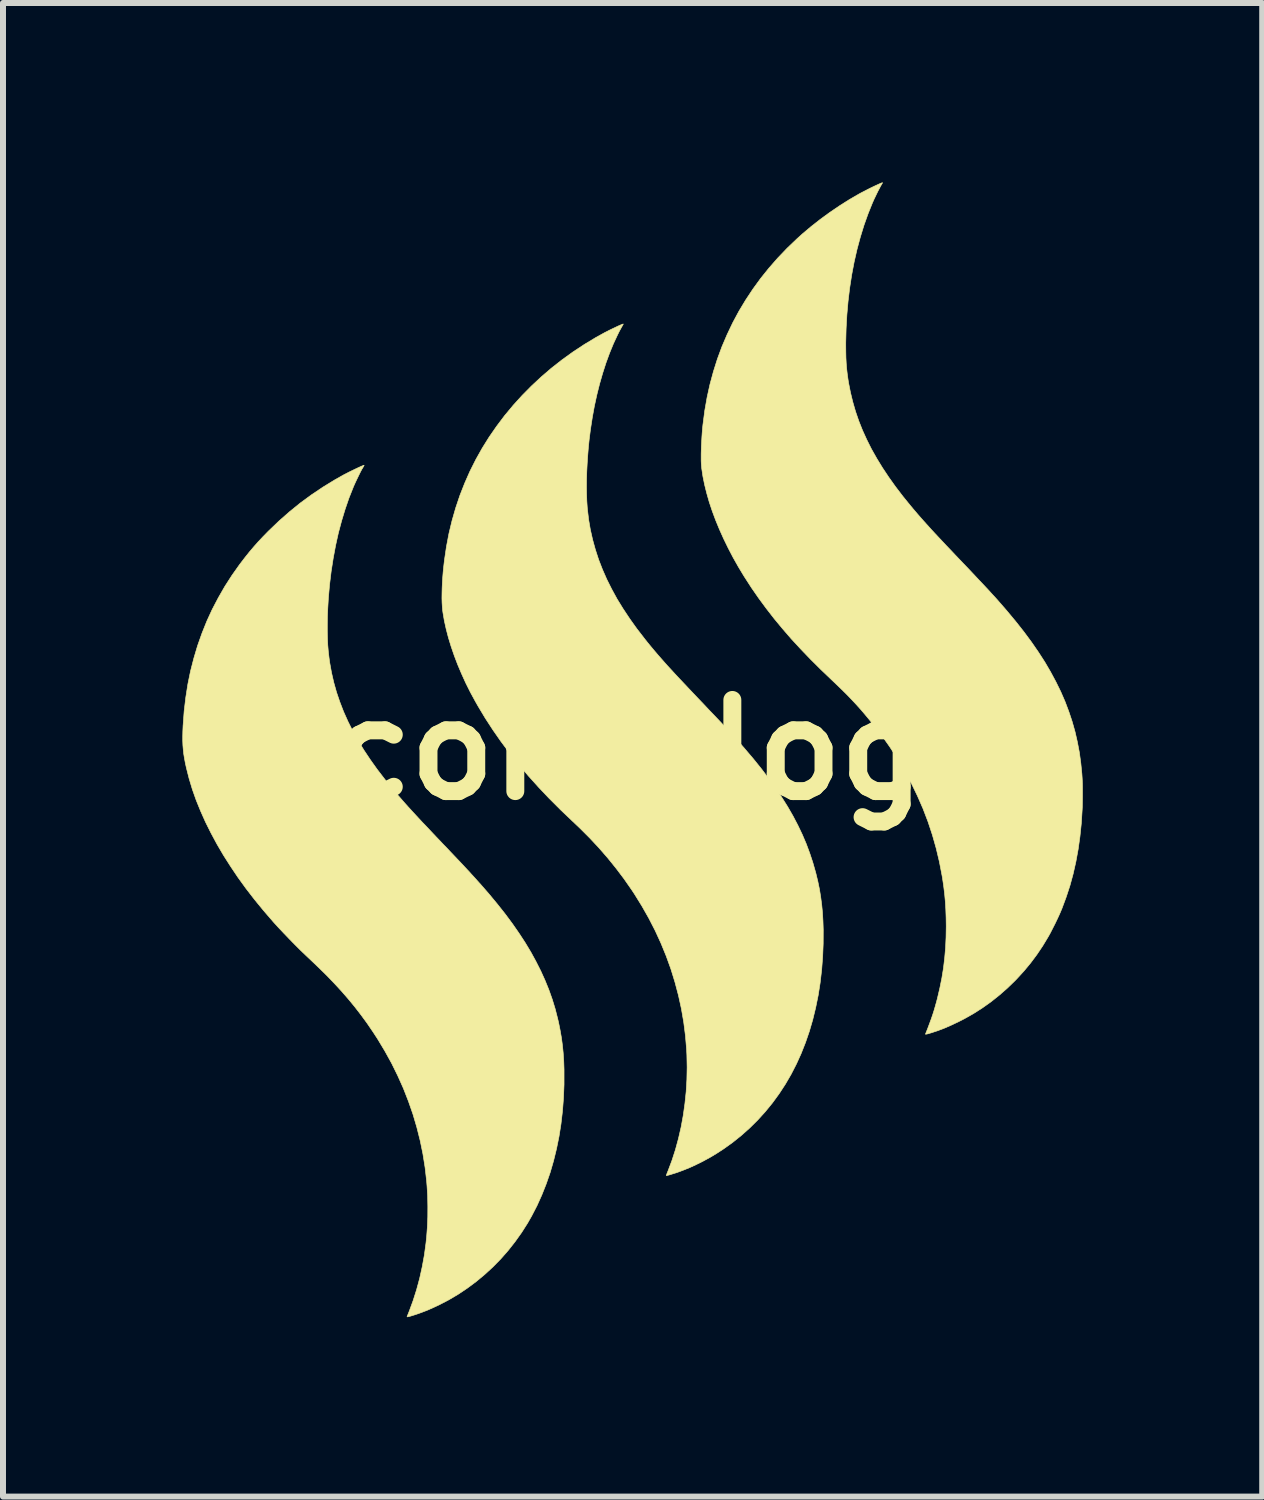
<source format=kicad_pcb>
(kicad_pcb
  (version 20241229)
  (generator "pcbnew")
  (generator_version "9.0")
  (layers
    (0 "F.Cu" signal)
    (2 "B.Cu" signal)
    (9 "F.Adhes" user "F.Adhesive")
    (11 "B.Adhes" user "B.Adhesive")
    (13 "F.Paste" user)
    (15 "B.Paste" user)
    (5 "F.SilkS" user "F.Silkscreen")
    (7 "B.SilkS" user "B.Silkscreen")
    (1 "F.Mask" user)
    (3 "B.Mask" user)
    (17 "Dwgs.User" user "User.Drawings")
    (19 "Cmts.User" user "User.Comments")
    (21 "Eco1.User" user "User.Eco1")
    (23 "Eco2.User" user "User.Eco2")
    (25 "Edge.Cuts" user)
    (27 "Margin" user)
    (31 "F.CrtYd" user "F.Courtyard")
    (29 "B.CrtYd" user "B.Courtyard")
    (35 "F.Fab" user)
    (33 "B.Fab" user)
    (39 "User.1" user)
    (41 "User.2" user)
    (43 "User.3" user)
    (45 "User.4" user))
  (footprint "scorchlogo"
    (layer "F.Cu")
    (at 7.525 9.487)
    (property "Reference" "scorchlogo" (at 0 0 0) (layer "F.SilkS") (effects (font (size 1.524 1.524) (thickness 0.3))))
    (attr through_hole)
    (fp_poly (pts (xy -0.156 -7.115) (xy -0.162 -7.104) (xy -0.171 -7.087) (xy -0.181 -7.071) (xy -0.192 -7.05) (xy -0.207 -7.023) (xy -0.224 -6.992) (xy -0.24 -6.959) (xy -0.251 -6.937) (xy -0.32 -6.789) (xy -0.384 -6.633) (xy -0.444 -6.469) (xy -0.499 -6.298) (xy -0.55 -6.121) (xy -0.596 -5.938) (xy -0.637 -5.75) (xy -0.672 -5.559) (xy -0.702 -5.364) (xy -0.724 -5.194) (xy -0.738 -5.057) (xy -0.749 -4.92) (xy -0.758 -4.784) (xy -0.765 -4.65) (xy -0.769 -4.519) (xy -0.77 -4.393) (xy -0.768 -4.273) (xy -0.764 -4.16) (xy -0.757 -4.055) (xy -0.754 -4.024) (xy -0.734 -3.852) (xy -0.705 -3.682) (xy -0.667 -3.514) (xy -0.621 -3.348) (xy -0.567 -3.182) (xy -0.503 -3.017) (xy -0.431 -2.853) (xy -0.349 -2.689) (xy -0.259 -2.524) (xy -0.158 -2.36) (xy -0.048 -2.194) (xy 0.071 -2.027) (xy 0.201 -1.859) (xy 0.202 -1.857) (xy 0.246 -1.802) (xy 0.29 -1.748) (xy 0.335 -1.694) (xy 0.381 -1.639) (xy 0.428 -1.584) (xy 0.478 -1.527) (xy 0.531 -1.467) (xy 0.586 -1.405) (xy 0.646 -1.34) (xy 0.709 -1.271) (xy 0.777 -1.198) (xy 0.851 -1.12) (xy 0.93 -1.036) (xy 1.015 -0.946) (xy 1.106 -0.85) (xy 1.115 -0.841) (xy 1.196 -0.756) (xy 1.27 -0.677) (xy 1.339 -0.605) (xy 1.402 -0.539) (xy 1.46 -0.478) (xy 1.513 -0.421) (xy 1.562 -0.368) (xy 1.608 -0.319) (xy 1.651 -0.273) (xy 1.691 -0.229) (xy 1.729 -0.187) (xy 1.765 -0.146) (xy 1.801 -0.106) (xy 1.836 -0.066) (xy 1.871 -0.026) (xy 1.88 -0.015) (xy 2.022 0.152) (xy 2.154 0.316) (xy 2.277 0.478) (xy 2.392 0.638) (xy 2.497 0.796) (xy 2.595 0.952) (xy 2.684 1.107) (xy 2.765 1.262) (xy 2.839 1.417) (xy 2.905 1.572) (xy 2.963 1.728) (xy 3.015 1.885) (xy 3.06 2.043) (xy 3.066 2.065) (xy 3.098 2.198) (xy 3.125 2.328) (xy 3.146 2.458) (xy 3.163 2.588) (xy 3.176 2.721) (xy 3.184 2.86) (xy 3.189 3.006) (xy 3.189 3.012) (xy 3.188 3.239) (xy 3.179 3.461) (xy 3.162 3.68) (xy 3.137 3.895) (xy 3.104 4.105) (xy 3.062 4.311) (xy 3.013 4.512) (xy 2.956 4.707) (xy 2.891 4.896) (xy 2.818 5.08) (xy 2.741 5.25) (xy 2.653 5.422) (xy 2.556 5.589) (xy 2.452 5.748) (xy 2.34 5.902) (xy 2.221 6.048) (xy 2.094 6.188) (xy 1.96 6.321) (xy 1.82 6.446) (xy 1.673 6.564) (xy 1.519 6.674) (xy 1.402 6.75) (xy 1.295 6.814) (xy 1.185 6.874) (xy 1.073 6.93) (xy 0.961 6.982) (xy 0.85 7.027) (xy 0.743 7.067) (xy 0.64 7.099) (xy 0.63 7.102) (xy 0.602 7.11) (xy 0.583 7.115) (xy 0.571 7.117) (xy 0.565 7.116) (xy 0.564 7.115) (xy 0.566 7.11) (xy 0.571 7.097) (xy 0.578 7.078) (xy 0.587 7.055) (xy 0.592 7.044) (xy 0.658 6.869) (xy 0.717 6.687) (xy 0.768 6.5) (xy 0.812 6.309) (xy 0.848 6.113) (xy 0.876 5.914) (xy 0.897 5.713) (xy 0.909 5.511) (xy 0.913 5.307) (xy 0.909 5.104) (xy 0.904 5.009) (xy 0.885 4.78) (xy 0.856 4.553) (xy 0.817 4.327) (xy 0.768 4.104) (xy 0.709 3.882) (xy 0.641 3.662) (xy 0.563 3.446) (xy 0.475 3.231) (xy 0.378 3.02) (xy 0.271 2.812) (xy 0.155 2.608) (xy 0.03 2.406) (xy -0.016 2.337) (xy -0.142 2.156) (xy -0.274 1.981) (xy -0.413 1.809) (xy -0.559 1.641) (xy -0.714 1.475) (xy -0.878 1.311) (xy -1.001 1.194) (xy -1.201 1.004) (xy -1.391 0.814) (xy -1.571 0.624) (xy -1.742 0.434) (xy -1.903 0.243) (xy -2.056 0.052) (xy -2.2 -0.141) (xy -2.335 -0.335) (xy -2.462 -0.53) (xy -2.58 -0.727) (xy -2.629 -0.813) (xy -2.711 -0.964) (xy -2.787 -1.116) (xy -2.857 -1.27) (xy -2.922 -1.423) (xy -2.98 -1.575) (xy -3.032 -1.726) (xy -3.077 -1.873) (xy -3.115 -2.018) (xy -3.146 -2.158) (xy -3.169 -2.293) (xy -3.175 -2.336) (xy -3.18 -2.394) (xy -3.184 -2.46) (xy -3.186 -2.535) (xy -3.185 -2.616) (xy -3.183 -2.702) (xy -3.179 -2.793) (xy -3.173 -2.887) (xy -3.165 -2.983) (xy -3.155 -3.08) (xy -3.144 -3.173) (xy -3.111 -3.397) (xy -3.069 -3.618) (xy -3.017 -3.834) (xy -2.956 -4.046) (xy -2.886 -4.254) (xy -2.806 -4.458) (xy -2.718 -4.658) (xy -2.62 -4.853) (xy -2.513 -5.044) (xy -2.397 -5.23) (xy -2.271 -5.412) (xy -2.137 -5.59) (xy -1.993 -5.763) (xy -1.845 -5.926) (xy -1.69 -6.083) (xy -1.527 -6.235) (xy -1.357 -6.381) (xy -1.18 -6.52) (xy -0.997 -6.652) (xy -0.809 -6.776) (xy -0.617 -6.892) (xy -0.46 -6.979) (xy -0.425 -6.996) (xy -0.389 -7.015) (xy -0.352 -7.033) (xy -0.314 -7.051) (xy -0.278 -7.068) (xy -0.245 -7.084) (xy -0.215 -7.097) (xy -0.19 -7.108) (xy -0.17 -7.116) (xy -0.158 -7.12) (xy -0.154 -7.12) (xy -0.156 -7.115)) (stroke (width 0.01) (type solid)) (fill yes) (layer "F.SilkS"))
    (fp_poly (pts (xy -4.487 -4.758) (xy -4.489 -4.754) (xy -4.495 -4.742) (xy -4.504 -4.726) (xy -4.511 -4.714) (xy -4.527 -4.688) (xy -4.545 -4.654) (xy -4.565 -4.614) (xy -4.586 -4.571) (xy -4.608 -4.525) (xy -4.63 -4.479) (xy -4.65 -4.435) (xy -4.668 -4.394) (xy -4.668 -4.393) (xy -4.74 -4.212) (xy -4.805 -4.023) (xy -4.864 -3.828) (xy -4.918 -3.626) (xy -4.964 -3.418) (xy -5.004 -3.204) (xy -5.038 -2.986) (xy -5.065 -2.763) (xy -5.085 -2.537) (xy -5.095 -2.365) (xy -5.101 -2.227) (xy -5.103 -2.098) (xy -5.103 -1.976) (xy -5.1 -1.861) (xy -5.095 -1.751) (xy -5.086 -1.645) (xy -5.074 -1.542) (xy -5.062 -1.455) (xy -5.032 -1.289) (xy -4.994 -1.124) (xy -4.948 -0.961) (xy -4.893 -0.8) (xy -4.831 -0.639) (xy -4.759 -0.478) (xy -4.679 -0.318) (xy -4.59 -0.158) (xy -4.491 0.004) (xy -4.383 0.166) (xy -4.266 0.33) (xy -4.139 0.495) (xy -4.131 0.505) (xy -4.091 0.555) (xy -4.052 0.603) (xy -4.013 0.651) (xy -3.973 0.699) (xy -3.933 0.747) (xy -3.89 0.795) (xy -3.846 0.846) (xy -3.8 0.898) (xy -3.751 0.953) (xy -3.698 1.011) (xy -3.642 1.072) (xy -3.581 1.138) (xy -3.516 1.208) (xy -3.445 1.282) (xy -3.369 1.363) (xy -3.287 1.45) (xy -3.198 1.543) (xy -3.178 1.565) (xy -3.107 1.638) (xy -3.044 1.705) (xy -2.986 1.766) (xy -2.933 1.822) (xy -2.885 1.872) (xy -2.841 1.919) (xy -2.801 1.962) (xy -2.764 2.002) (xy -2.728 2.04) (xy -2.695 2.077) (xy -2.662 2.113) (xy -2.63 2.148) (xy -2.598 2.184) (xy -2.565 2.221) (xy -2.547 2.24) (xy -2.399 2.41) (xy -2.26 2.578) (xy -2.13 2.742) (xy -2.009 2.905) (xy -1.898 3.065) (xy -1.794 3.224) (xy -1.699 3.382) (xy -1.613 3.54) (xy -1.534 3.696) (xy -1.463 3.853) (xy -1.399 4.01) (xy -1.343 4.168) (xy -1.294 4.327) (xy -1.253 4.487) (xy -1.237 4.554) (xy -1.211 4.684) (xy -1.189 4.81) (xy -1.172 4.937) (xy -1.159 5.066) (xy -1.15 5.199) (xy -1.145 5.339) (xy -1.145 5.372) (xy -1.145 5.598) (xy -1.154 5.821) (xy -1.171 6.04) (xy -1.196 6.255) (xy -1.229 6.465) (xy -1.271 6.671) (xy -1.32 6.871) (xy -1.377 7.067) (xy -1.443 7.257) (xy -1.516 7.441) (xy -1.596 7.619) (xy -1.685 7.791) (xy -1.754 7.912) (xy -1.855 8.071) (xy -1.964 8.224) (xy -2.08 8.371) (xy -2.203 8.511) (xy -2.333 8.644) (xy -2.47 8.77) (xy -2.613 8.889) (xy -2.762 9) (xy -2.916 9.103) (xy -3.075 9.197) (xy -3.239 9.282) (xy -3.401 9.356) (xy -3.438 9.372) (xy -3.478 9.387) (xy -3.519 9.403) (xy -3.56 9.418) (xy -3.6 9.432) (xy -3.639 9.445) (xy -3.674 9.456) (xy -3.706 9.466) (xy -3.732 9.473) (xy -3.752 9.478) (xy -3.765 9.479) (xy -3.769 9.478) (xy -3.768 9.472) (xy -3.763 9.459) (xy -3.755 9.44) (xy -3.745 9.415) (xy -3.734 9.387) (xy -3.733 9.385) (xy -3.668 9.208) (xy -3.61 9.025) (xy -3.559 8.837) (xy -3.516 8.643) (xy -3.48 8.446) (xy -3.453 8.245) (xy -3.442 8.141) (xy -3.43 7.978) (xy -3.423 7.809) (xy -3.422 7.638) (xy -3.425 7.467) (xy -3.435 7.299) (xy -3.442 7.211) (xy -3.468 6.983) (xy -3.504 6.757) (xy -3.55 6.533) (xy -3.606 6.311) (xy -3.671 6.091) (xy -3.747 5.873) (xy -3.831 5.658) (xy -3.926 5.446) (xy -4.029 5.237) (xy -4.143 5.031) (xy -4.265 4.828) (xy -4.341 4.712) (xy -4.439 4.568) (xy -4.541 4.429) (xy -4.646 4.293) (xy -4.756 4.16) (xy -4.871 4.028) (xy -4.993 3.896) (xy -5.121 3.763) (xy -5.258 3.629) (xy -5.364 3.528) (xy -5.456 3.441) (xy -5.551 3.35) (xy -5.645 3.256) (xy -5.739 3.16) (xy -5.83 3.065) (xy -5.917 2.973) (xy -5.998 2.884) (xy -6.012 2.868) (xy -6.169 2.686) (xy -6.319 2.503) (xy -6.461 2.319) (xy -6.595 2.134) (xy -6.72 1.948) (xy -6.838 1.763) (xy -6.947 1.577) (xy -7.047 1.391) (xy -7.139 1.207) (xy -7.221 1.023) (xy -7.295 0.841) (xy -7.359 0.66) (xy -7.413 0.481) (xy -7.458 0.304) (xy -7.459 0.3) (xy -7.477 0.218) (xy -7.491 0.142) (xy -7.503 0.069) (xy -7.511 -0.004) (xy -7.517 -0.076) (xy -7.52 -0.151) (xy -7.52 -0.231) (xy -7.518 -0.316) (xy -7.514 -0.409) (xy -7.513 -0.417) (xy -7.496 -0.649) (xy -7.469 -0.876) (xy -7.434 -1.1) (xy -7.389 -1.319) (xy -7.334 -1.533) (xy -7.271 -1.744) (xy -7.198 -1.95) (xy -7.117 -2.152) (xy -7.026 -2.35) (xy -6.925 -2.543) (xy -6.816 -2.733) (xy -6.697 -2.918) (xy -6.569 -3.099) (xy -6.549 -3.125) (xy -6.477 -3.219) (xy -6.406 -3.308) (xy -6.334 -3.393) (xy -6.259 -3.478) (xy -6.179 -3.563) (xy -6.093 -3.651) (xy -6.083 -3.661) (xy -5.913 -3.824) (xy -5.737 -3.979) (xy -5.556 -4.126) (xy -5.368 -4.264) (xy -5.174 -4.394) (xy -4.975 -4.516) (xy -4.854 -4.584) (xy -4.822 -4.602) (xy -4.786 -4.62) (xy -4.748 -4.64) (xy -4.709 -4.659) (xy -4.67 -4.678) (xy -4.633 -4.696) (xy -4.597 -4.713) (xy -4.564 -4.728) (xy -4.536 -4.741) (xy -4.513 -4.75) (xy -4.497 -4.756) (xy -4.488 -4.759) (xy -4.487 -4.758)) (stroke (width 0.01) (type solid)) (fill yes) (layer "F.SilkS"))
    (fp_poly (pts (xy 4.178 -9.477) (xy 4.172 -9.466) (xy 4.163 -9.45) (xy 4.157 -9.441) (xy 4.142 -9.414) (xy 4.124 -9.379) (xy 4.103 -9.34) (xy 4.082 -9.297) (xy 4.061 -9.253) (xy 4.04 -9.21) (xy 4.022 -9.169) (xy 4.012 -9.147) (xy 3.938 -8.963) (xy 3.87 -8.772) (xy 3.809 -8.574) (xy 3.754 -8.37) (xy 3.706 -8.16) (xy 3.665 -7.945) (xy 3.631 -7.725) (xy 3.604 -7.501) (xy 3.584 -7.274) (xy 3.571 -7.043) (xy 3.565 -6.81) (xy 3.565 -6.761) (xy 3.566 -6.655) (xy 3.568 -6.557) (xy 3.573 -6.464) (xy 3.58 -6.375) (xy 3.59 -6.288) (xy 3.602 -6.201) (xy 3.612 -6.137) (xy 3.644 -5.975) (xy 3.683 -5.815) (xy 3.729 -5.656) (xy 3.783 -5.499) (xy 3.845 -5.343) (xy 3.916 -5.187) (xy 3.994 -5.031) (xy 4.082 -4.875) (xy 4.178 -4.718) (xy 4.283 -4.56) (xy 4.397 -4.4) (xy 4.52 -4.239) (xy 4.65 -4.079) (xy 4.69 -4.031) (xy 4.731 -3.983) (xy 4.771 -3.936) (xy 4.813 -3.888) (xy 4.856 -3.839) (xy 4.901 -3.789) (xy 4.948 -3.737) (xy 4.998 -3.681) (xy 5.052 -3.623) (xy 5.11 -3.561) (xy 5.173 -3.494) (xy 5.24 -3.422) (xy 5.314 -3.345) (xy 5.393 -3.261) (xy 5.453 -3.198) (xy 5.534 -3.113) (xy 5.608 -3.036) (xy 5.676 -2.964) (xy 5.738 -2.898) (xy 5.795 -2.837) (xy 5.848 -2.781) (xy 5.897 -2.729) (xy 5.942 -2.681) (xy 5.984 -2.635) (xy 6.023 -2.592) (xy 6.061 -2.551) (xy 6.097 -2.511) (xy 6.131 -2.472) (xy 6.165 -2.433) (xy 6.199 -2.394) (xy 6.234 -2.354) (xy 6.266 -2.316) (xy 6.41 -2.143) (xy 6.545 -1.972) (xy 6.67 -1.803) (xy 6.786 -1.635) (xy 6.893 -1.469) (xy 6.99 -1.303) (xy 7.079 -1.137) (xy 7.16 -0.972) (xy 7.232 -0.806) (xy 7.295 -0.639) (xy 7.351 -0.471) (xy 7.399 -0.301) (xy 7.438 -0.13) (xy 7.471 0.044) (xy 7.495 0.221) (xy 7.513 0.401) (xy 7.518 0.478) (xy 7.52 0.515) (xy 7.522 0.562) (xy 7.523 0.614) (xy 7.523 0.672) (xy 7.523 0.732) (xy 7.523 0.792) (xy 7.522 0.852) (xy 7.521 0.91) (xy 7.52 0.962) (xy 7.518 0.998) (xy 7.504 1.225) (xy 7.481 1.446) (xy 7.451 1.661) (xy 7.413 1.869) (xy 7.367 2.073) (xy 7.313 2.271) (xy 7.25 2.463) (xy 7.18 2.651) (xy 7.154 2.713) (xy 7.136 2.754) (xy 7.114 2.802) (xy 7.089 2.855) (xy 7.063 2.909) (xy 7.035 2.964) (xy 7.008 3.017) (xy 6.983 3.066) (xy 6.959 3.109) (xy 6.95 3.125) (xy 6.857 3.279) (xy 6.759 3.425) (xy 6.655 3.564) (xy 6.544 3.698) (xy 6.426 3.827) (xy 6.396 3.858) (xy 6.265 3.985) (xy 6.13 4.103) (xy 5.992 4.213) (xy 5.85 4.314) (xy 5.701 4.409) (xy 5.547 4.496) (xy 5.453 4.544) (xy 5.333 4.601) (xy 5.219 4.651) (xy 5.109 4.693) (xy 5.004 4.728) (xy 4.964 4.74) (xy 4.936 4.748) (xy 4.917 4.752) (xy 4.905 4.754) (xy 4.899 4.754) (xy 4.898 4.751) (xy 4.899 4.749) (xy 4.934 4.661) (xy 4.964 4.581) (xy 4.992 4.505) (xy 5.017 4.433) (xy 5.04 4.361) (xy 5.061 4.289) (xy 5.082 4.214) (xy 5.098 4.153) (xy 5.138 3.983) (xy 5.172 3.815) (xy 5.199 3.648) (xy 5.219 3.479) (xy 5.234 3.308) (xy 5.242 3.131) (xy 5.245 2.951) (xy 5.243 2.807) (xy 5.238 2.67) (xy 5.23 2.537) (xy 5.218 2.407) (xy 5.202 2.275) (xy 5.182 2.141) (xy 5.174 2.096) (xy 5.13 1.868) (xy 5.076 1.642) (xy 5.013 1.42) (xy 4.94 1.2) (xy 4.857 0.983) (xy 4.764 0.77) (xy 4.662 0.559) (xy 4.551 0.352) (xy 4.43 0.148) (xy 4.3 -0.052) (xy 4.161 -0.249) (xy 4.012 -0.441) (xy 3.881 -0.599) (xy 3.808 -0.684) (xy 3.734 -0.766) (xy 3.659 -0.846) (xy 3.581 -0.927) (xy 3.498 -1.009) (xy 3.41 -1.094) (xy 3.33 -1.17) (xy 3.148 -1.344) (xy 2.975 -1.516) (xy 2.811 -1.687) (xy 2.655 -1.856) (xy 2.508 -2.026) (xy 2.368 -2.195) (xy 2.236 -2.365) (xy 2.11 -2.536) (xy 1.99 -2.709) (xy 1.877 -2.884) (xy 1.863 -2.906) (xy 1.77 -3.06) (xy 1.682 -3.216) (xy 1.6 -3.373) (xy 1.524 -3.529) (xy 1.454 -3.685) (xy 1.39 -3.84) (xy 1.333 -3.993) (xy 1.283 -4.143) (xy 1.241 -4.29) (xy 1.205 -4.434) (xy 1.177 -4.572) (xy 1.157 -4.706) (xy 1.153 -4.747) (xy 1.15 -4.786) (xy 1.148 -4.833) (xy 1.148 -4.888) (xy 1.148 -4.95) (xy 1.15 -5.016) (xy 1.152 -5.086) (xy 1.156 -5.158) (xy 1.16 -5.231) (xy 1.165 -5.303) (xy 1.171 -5.375) (xy 1.178 -5.443) (xy 1.179 -5.448) (xy 1.208 -5.673) (xy 1.247 -5.895) (xy 1.295 -6.112) (xy 1.353 -6.326) (xy 1.419 -6.535) (xy 1.495 -6.741) (xy 1.581 -6.942) (xy 1.675 -7.14) (xy 1.778 -7.332) (xy 1.891 -7.52) (xy 2.012 -7.703) (xy 2.142 -7.882) (xy 2.281 -8.055) (xy 2.429 -8.224) (xy 2.585 -8.387) (xy 2.75 -8.545) (xy 2.842 -8.628) (xy 2.988 -8.751) (xy 3.141 -8.871) (xy 3.3 -8.987) (xy 3.462 -9.097) (xy 3.625 -9.2) (xy 3.787 -9.294) (xy 3.82 -9.312) (xy 3.857 -9.331) (xy 3.896 -9.351) (xy 3.936 -9.372) (xy 3.976 -9.392) (xy 4.015 -9.411) (xy 4.053 -9.429) (xy 4.088 -9.445) (xy 4.118 -9.459) (xy 4.144 -9.47) (xy 4.163 -9.478) (xy 4.176 -9.482) (xy 4.18 -9.482) (xy 4.178 -9.477)) (stroke (width 0.01) (type solid)) (fill yes) (layer "F.SilkS")))
  (gr_rect
    (start -3 -3)
    (end 18.053 21.971)
    (stroke (width 0.1) (type default))
    (fill no)
    (layer "Edge.Cuts")))
</source>
